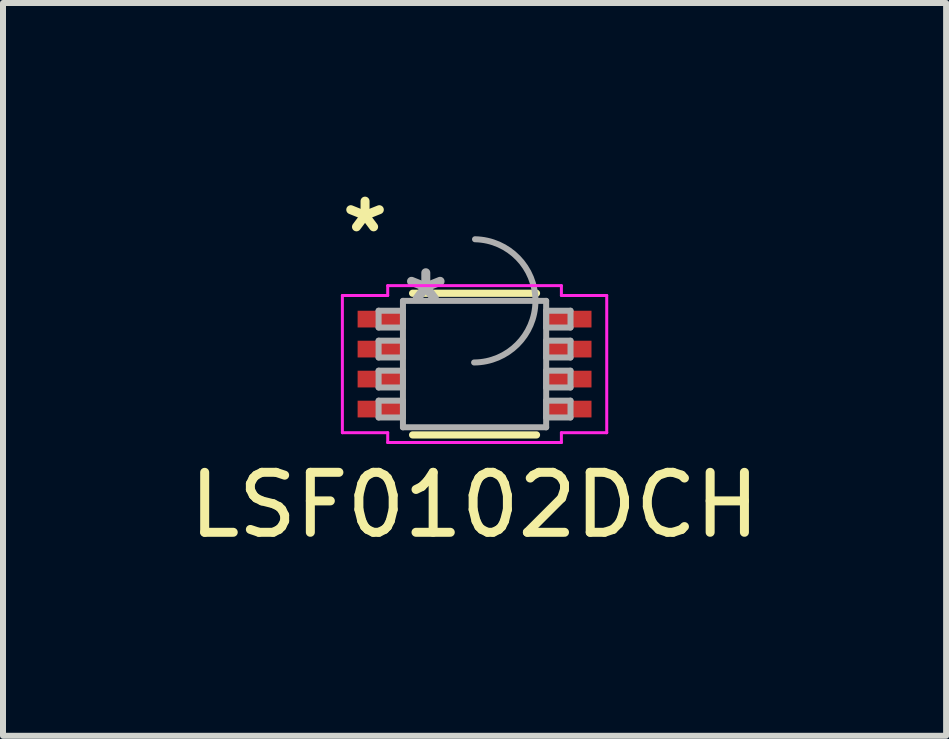
<source format=kicad_pcb>
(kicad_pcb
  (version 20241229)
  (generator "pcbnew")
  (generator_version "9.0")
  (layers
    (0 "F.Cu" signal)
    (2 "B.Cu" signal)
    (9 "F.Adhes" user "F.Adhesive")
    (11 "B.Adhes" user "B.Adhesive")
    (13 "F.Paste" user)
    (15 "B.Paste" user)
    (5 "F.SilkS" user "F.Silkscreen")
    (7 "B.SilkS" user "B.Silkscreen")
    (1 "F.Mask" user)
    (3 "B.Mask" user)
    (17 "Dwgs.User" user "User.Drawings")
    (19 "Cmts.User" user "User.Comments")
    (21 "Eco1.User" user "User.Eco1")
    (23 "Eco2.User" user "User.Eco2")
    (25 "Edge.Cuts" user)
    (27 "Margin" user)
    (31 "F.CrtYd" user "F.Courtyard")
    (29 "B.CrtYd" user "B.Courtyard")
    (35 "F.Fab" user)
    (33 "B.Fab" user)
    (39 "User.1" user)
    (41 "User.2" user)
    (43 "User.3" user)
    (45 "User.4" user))
  (footprint "LSF0102DCH"
    (layer "F.Cu")
    (at 4.863 3.021)
    (property "Reference" "LSF0102DCH" (at 0 2.35 0) (layer "F.SilkS") (effects (font (size 1 1) (thickness 0.15))))
    (attr through_hole)
    (fp_line (start -1.033 1.181) (end 1.033 1.181) (stroke (width 0.12) (type solid)) (layer "F.SilkS"))
    (fp_line (start 1.033 -1.181) (end -1.033 -1.181) (stroke (width 0.12) (type solid)) (layer "F.SilkS"))
    (fp_line (start -2.204 -1.144) (end -1.448 -1.144) (stroke (width 0.05) (type solid)) (layer "F.CrtYd"))
    (fp_line (start -2.204 1.144) (end -2.204 -1.144) (stroke (width 0.05) (type solid)) (layer "F.CrtYd"))
    (fp_line (start -1.448 -1.308) (end 1.448 -1.308) (stroke (width 0.05) (type solid)) (layer "F.CrtYd"))
    (fp_line (start -1.448 -1.144) (end -1.448 -1.308) (stroke (width 0.05) (type solid)) (layer "F.CrtYd"))
    (fp_line (start -1.448 1.144) (end -2.204 1.144) (stroke (width 0.05) (type solid)) (layer "F.CrtYd"))
    (fp_line (start -1.448 1.308) (end -1.448 1.144) (stroke (width 0.05) (type solid)) (layer "F.CrtYd"))
    (fp_line (start 1.448 -1.308) (end 1.448 -1.144) (stroke (width 0.05) (type solid)) (layer "F.CrtYd"))
    (fp_line (start 1.448 -1.144) (end 2.204 -1.144) (stroke (width 0.05) (type solid)) (layer "F.CrtYd"))
    (fp_line (start 1.448 1.144) (end 1.448 1.308) (stroke (width 0.05) (type solid)) (layer "F.CrtYd"))
    (fp_line (start 1.448 1.308) (end -1.448 1.308) (stroke (width 0.05) (type solid)) (layer "F.CrtYd"))
    (fp_line (start 2.204 -1.144) (end 2.204 1.144) (stroke (width 0.05) (type solid)) (layer "F.CrtYd"))
    (fp_line (start 2.204 1.144) (end 1.448 1.144) (stroke (width 0.05) (type solid)) (layer "F.CrtYd"))
    (fp_line (start -1.6 -0.89) (end -1.6 -0.61) (stroke (width 0.1) (type solid)) (layer "F.Fab"))
    (fp_line (start -1.6 -0.61) (end -1.194 -0.61) (stroke (width 0.1) (type solid)) (layer "F.Fab"))
    (fp_line (start -1.6 -0.39) (end -1.6 -0.11) (stroke (width 0.1) (type solid)) (layer "F.Fab"))
    (fp_line (start -1.6 -0.11) (end -1.194 -0.11) (stroke (width 0.1) (type solid)) (layer "F.Fab"))
    (fp_line (start -1.6 0.11) (end -1.6 0.39) (stroke (width 0.1) (type solid)) (layer "F.Fab"))
    (fp_line (start -1.6 0.39) (end -1.194 0.39) (stroke (width 0.1) (type solid)) (layer "F.Fab"))
    (fp_line (start -1.6 0.61) (end -1.6 0.89) (stroke (width 0.1) (type solid)) (layer "F.Fab"))
    (fp_line (start -1.6 0.89) (end -1.194 0.89) (stroke (width 0.1) (type solid)) (layer "F.Fab"))
    (fp_line (start -1.194 -1.054) (end -1.194 1.054) (stroke (width 0.1) (type solid)) (layer "F.Fab"))
    (fp_line (start -1.194 -0.89) (end -1.6 -0.89) (stroke (width 0.1) (type solid)) (layer "F.Fab"))
    (fp_line (start -1.194 -0.61) (end -1.194 -0.89) (stroke (width 0.1) (type solid)) (layer "F.Fab"))
    (fp_line (start -1.194 -0.39) (end -1.6 -0.39) (stroke (width 0.1) (type solid)) (layer "F.Fab"))
    (fp_line (start -1.194 -0.11) (end -1.194 -0.39) (stroke (width 0.1) (type solid)) (layer "F.Fab"))
    (fp_line (start -1.194 0.11) (end -1.6 0.11) (stroke (width 0.1) (type solid)) (layer "F.Fab"))
    (fp_line (start -1.194 0.39) (end -1.194 0.11) (stroke (width 0.1) (type solid)) (layer "F.Fab"))
    (fp_line (start -1.194 0.61) (end -1.6 0.61) (stroke (width 0.1) (type solid)) (layer "F.Fab"))
    (fp_line (start -1.194 0.89) (end -1.194 0.61) (stroke (width 0.1) (type solid)) (layer "F.Fab"))
    (fp_line (start -1.194 1.054) (end 1.194 1.054) (stroke (width 0.1) (type solid)) (layer "F.Fab"))
    (fp_line (start 1.194 -1.054) (end -1.194 -1.054) (stroke (width 0.1) (type solid)) (layer "F.Fab"))
    (fp_line (start 1.194 -0.89) (end 1.194 -0.61) (stroke (width 0.1) (type solid)) (layer "F.Fab"))
    (fp_line (start 1.194 -0.61) (end 1.6 -0.61) (stroke (width 0.1) (type solid)) (layer "F.Fab"))
    (fp_line (start 1.194 -0.39) (end 1.194 -0.11) (stroke (width 0.1) (type solid)) (layer "F.Fab"))
    (fp_line (start 1.194 -0.11) (end 1.6 -0.11) (stroke (width 0.1) (type solid)) (layer "F.Fab"))
    (fp_line (start 1.194 0.11) (end 1.194 0.39) (stroke (width 0.1) (type solid)) (layer "F.Fab"))
    (fp_line (start 1.194 0.39) (end 1.6 0.39) (stroke (width 0.1) (type solid)) (layer "F.Fab"))
    (fp_line (start 1.194 0.61) (end 1.194 0.89) (stroke (width 0.1) (type solid)) (layer "F.Fab"))
    (fp_line (start 1.194 0.89) (end 1.6 0.89) (stroke (width 0.1) (type solid)) (layer "F.Fab"))
    (fp_line (start 1.194 1.054) (end 1.194 -1.054) (stroke (width 0.1) (type solid)) (layer "F.Fab"))
    (fp_line (start 1.6 -0.89) (end 1.194 -0.89) (stroke (width 0.1) (type solid)) (layer "F.Fab"))
    (fp_line (start 1.6 -0.61) (end 1.6 -0.89) (stroke (width 0.1) (type solid)) (layer "F.Fab"))
    (fp_line (start 1.6 -0.39) (end 1.194 -0.39) (stroke (width 0.1) (type solid)) (layer "F.Fab"))
    (fp_line (start 1.6 -0.11) (end 1.6 -0.39) (stroke (width 0.1) (type solid)) (layer "F.Fab"))
    (fp_line (start 1.6 0.11) (end 1.194 0.11) (stroke (width 0.1) (type solid)) (layer "F.Fab"))
    (fp_line (start 1.6 0.39) (end 1.6 0.11) (stroke (width 0.1) (type solid)) (layer "F.Fab"))
    (fp_line (start 1.6 0.61) (end 1.194 0.61) (stroke (width 0.1) (type solid)) (layer "F.Fab"))
    (fp_line (start 1.6 0.89) (end 1.6 0.61) (stroke (width 0.1) (type solid)) (layer "F.Fab"))
    (fp_arc (start 0.007742 -2.081426) (mid 1.027326 -1.046358) (end -0.007742 -0.026774) (stroke (width 0.1) (type solid)) (layer "F.Fab"))
    (fp_text user "*" (at -1.826 -2.172 0) (layer "F.SilkS") (effects (font (size 1 1) (thickness 0.15))))
    (fp_text user "*" (at -0.813 -0.978 0) (layer "F.Fab") (effects (font (size 1 1) (thickness 0.15))))
    (pad "1" smd rect (at -1.572 -0.75) (size 0.756 0.279) (layers "F.Cu" "F.Mask" "F.Paste"))
    (pad "2" smd rect (at -1.572 -0.25) (size 0.756 0.279) (layers "F.Cu" "F.Mask" "F.Paste"))
    (pad "3" smd rect (at -1.572 0.25) (size 0.756 0.279) (layers "F.Cu" "F.Mask" "F.Paste"))
    (pad "4" smd rect (at -1.572 0.75) (size 0.756 0.279) (layers "F.Cu" "F.Mask" "F.Paste"))
    (pad "5" smd rect (at 1.572 0.75) (size 0.756 0.279) (layers "F.Cu" "F.Mask" "F.Paste"))
    (pad "6" smd rect (at 1.572 0.25) (size 0.756 0.279) (layers "F.Cu" "F.Mask" "F.Paste"))
    (pad "7" smd rect (at 1.572 -0.25) (size 0.756 0.279) (layers "F.Cu" "F.Mask" "F.Paste"))
    (pad "8" smd rect (at 1.572 -0.75) (size 0.756 0.279) (layers "F.Cu" "F.Mask" "F.Paste")))
  (gr_rect
    (start -3 -3)
    (end 12.726 9.219)
    (stroke (width 0.1) (type default))
    (fill no)
    (layer "Edge.Cuts")))
</source>
